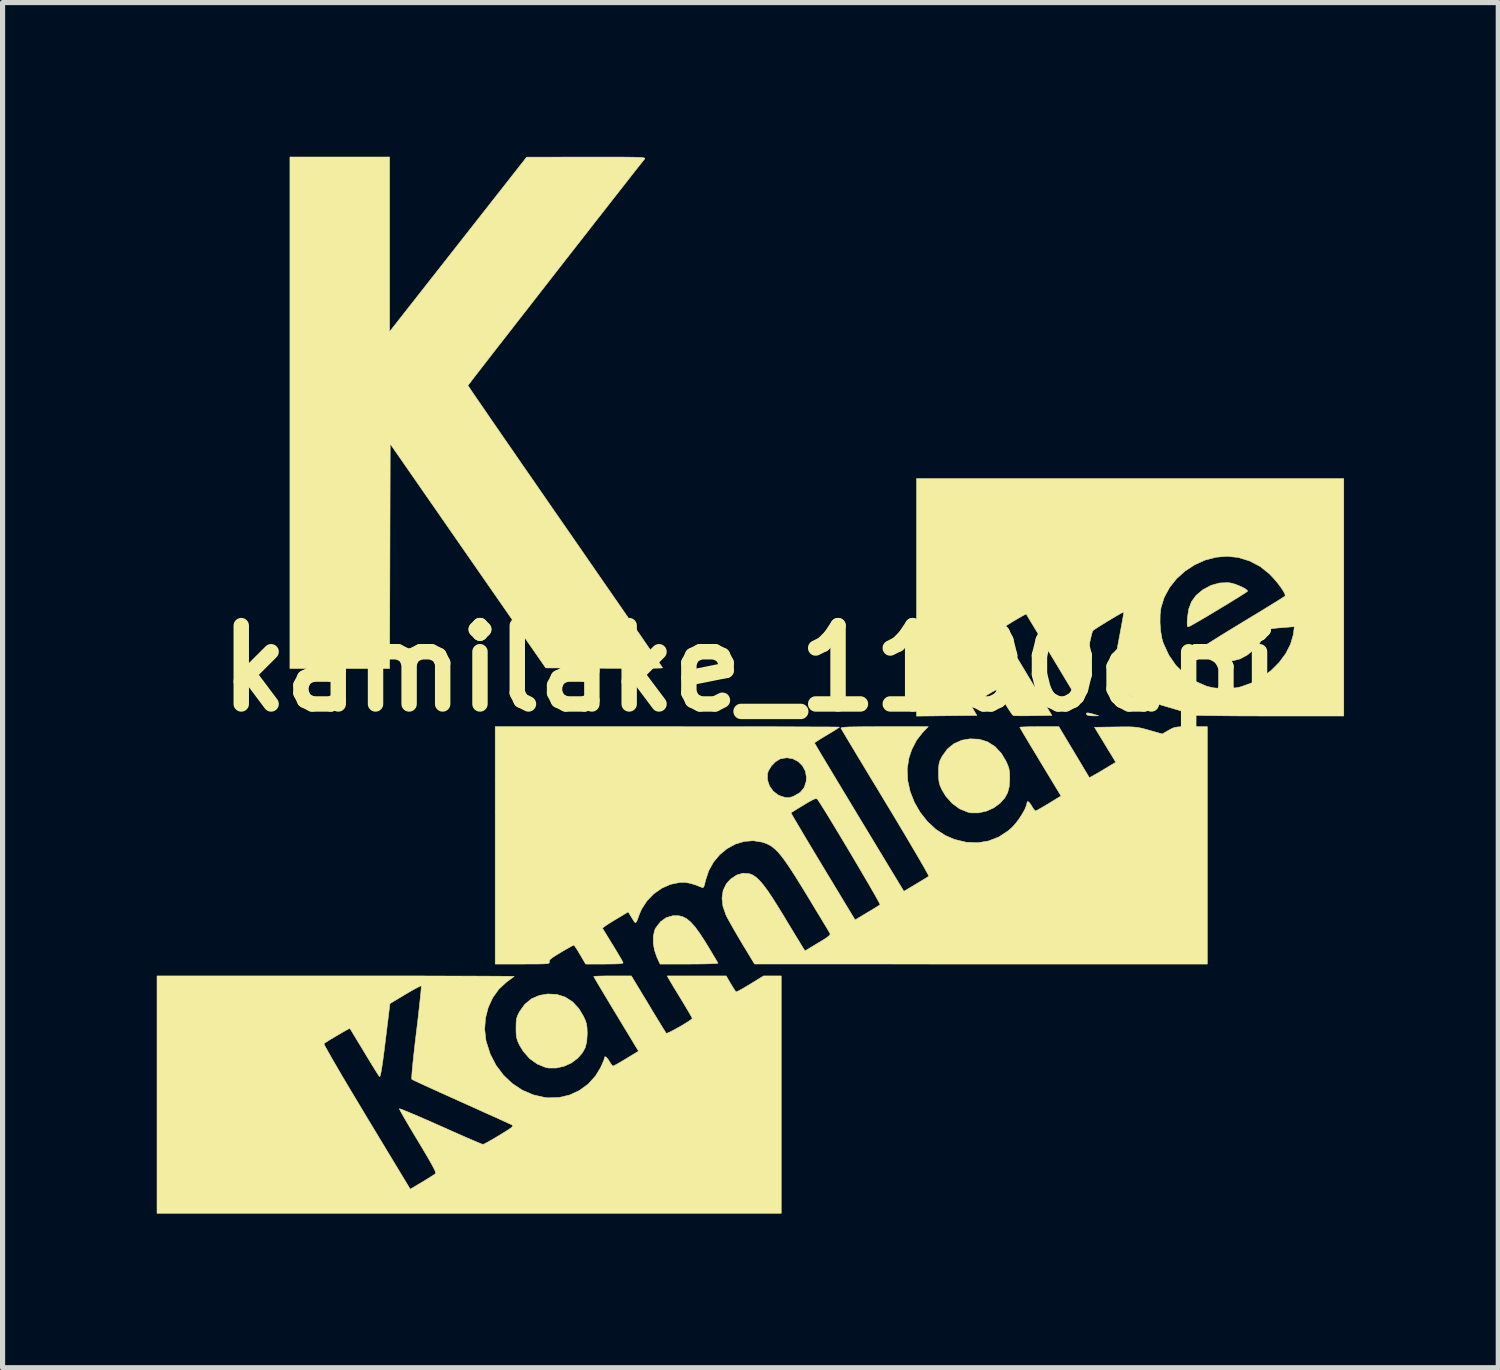
<source format=kicad_pcb>
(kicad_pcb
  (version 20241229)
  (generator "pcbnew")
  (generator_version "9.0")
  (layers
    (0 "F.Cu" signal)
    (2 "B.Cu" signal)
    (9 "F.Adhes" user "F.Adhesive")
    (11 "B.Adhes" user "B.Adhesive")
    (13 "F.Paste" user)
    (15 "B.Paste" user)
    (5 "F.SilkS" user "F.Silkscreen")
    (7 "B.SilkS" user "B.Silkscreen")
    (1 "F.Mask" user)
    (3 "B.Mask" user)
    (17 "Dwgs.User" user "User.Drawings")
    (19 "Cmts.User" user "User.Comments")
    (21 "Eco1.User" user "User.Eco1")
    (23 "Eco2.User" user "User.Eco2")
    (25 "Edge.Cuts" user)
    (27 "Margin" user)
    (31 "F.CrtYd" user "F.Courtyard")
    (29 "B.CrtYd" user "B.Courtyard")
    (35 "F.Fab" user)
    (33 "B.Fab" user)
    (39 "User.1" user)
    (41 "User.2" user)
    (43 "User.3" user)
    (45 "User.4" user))
  (footprint "kamilake_1100dpi"
    (layer "F.Cu")
    (at 11.55 9.957)
    (property "Reference" "kamilake_1100dpi" (at 0 0 0) (layer "F.SilkS") (effects (font (size 1.524 1.524) (thickness 0.3))))
    (attr through_hole)
    (fp_poly (pts (xy 6.628 0.875) (xy 6.665 0.886) (xy 6.777 0.92) (xy 6.669 0.922) (xy 6.602 0.918) (xy 6.555 0.906) (xy 6.545 0.899) (xy 6.537 0.87) (xy 6.564 0.863) (xy 6.628 0.875)) (stroke (width 0.01) (type solid)) (fill yes) (layer "F.SilkS"))
    (fp_poly (pts (xy -1.403 4.808) (xy -1.321 4.827) (xy -1.243 4.867) (xy -1.163 4.932) (xy -1.078 5.027) (xy -0.985 5.154) (xy -0.879 5.317) (xy -0.793 5.458) (xy -0.735 5.556) (xy -0.685 5.639) (xy -0.649 5.7) (xy -0.631 5.731) (xy -0.63 5.732) (xy -0.649 5.737) (xy -0.709 5.741) (xy -0.802 5.745) (xy -0.924 5.748) (xy -1.067 5.749) (xy -1.189 5.75) (xy -1.757 5.75) (xy -1.819 5.617) (xy -1.866 5.482) (xy -1.89 5.34) (xy -1.888 5.205) (xy -1.862 5.089) (xy -1.842 5.048) (xy -1.749 4.927) (xy -1.637 4.847) (xy -1.506 4.809) (xy -1.491 4.808) (xy -1.403 4.808)) (stroke (width 0.01) (type solid)) (fill yes) (layer "F.SilkS"))
    (fp_poly (pts (xy 9.343 -1.664) (xy 9.42 -1.644) (xy 9.502 -1.613) (xy 9.58 -1.578) (xy 9.64 -1.543) (xy 9.672 -1.513) (xy 9.674 -1.506) (xy 9.655 -1.49) (xy 9.602 -1.455) (xy 9.522 -1.404) (xy 9.419 -1.341) (xy 9.302 -1.268) (xy 9.174 -1.191) (xy 9.043 -1.112) (xy 8.915 -1.035) (xy 8.795 -0.964) (xy 8.689 -0.903) (xy 8.605 -0.854) (xy 8.547 -0.823) (xy 8.523 -0.812) (xy 8.507 -0.815) (xy 8.499 -0.842) (xy 8.498 -0.899) (xy 8.503 -0.987) (xy 8.529 -1.159) (xy 8.583 -1.301) (xy 8.67 -1.421) (xy 8.796 -1.527) (xy 8.808 -1.535) (xy 8.962 -1.618) (xy 9.126 -1.664) (xy 9.289 -1.671) (xy 9.343 -1.664)) (stroke (width 0.01) (type solid)) (fill yes) (layer "F.SilkS"))
    (fp_poly (pts (xy -3.767 6.341) (xy -3.605 6.392) (xy -3.461 6.484) (xy -3.338 6.616) (xy -3.251 6.761) (xy -3.212 6.844) (xy -3.189 6.913) (xy -3.179 6.986) (xy -3.175 7.081) (xy -3.175 7.112) (xy -3.184 7.26) (xy -3.214 7.378) (xy -3.271 7.48) (xy -3.359 7.58) (xy -3.361 7.582) (xy -3.483 7.674) (xy -3.627 7.739) (xy -3.78 7.773) (xy -3.928 7.772) (xy -3.983 7.762) (xy -4.147 7.695) (xy -4.295 7.589) (xy -4.42 7.447) (xy -4.493 7.326) (xy -4.528 7.251) (xy -4.548 7.184) (xy -4.558 7.108) (xy -4.56 7.005) (xy -4.56 6.997) (xy -4.558 6.894) (xy -4.551 6.82) (xy -4.533 6.76) (xy -4.502 6.696) (xy -4.492 6.677) (xy -4.389 6.533) (xy -4.26 6.427) (xy -4.106 6.36) (xy -3.946 6.332) (xy -3.767 6.341)) (stroke (width 0.01) (type solid)) (fill yes) (layer "F.SilkS"))
    (fp_poly (pts (xy 4.453 1.376) (xy 4.615 1.427) (xy 4.759 1.519) (xy 4.882 1.651) (xy 4.97 1.796) (xy 5.008 1.88) (xy 5.031 1.949) (xy 5.042 2.021) (xy 5.045 2.117) (xy 5.045 2.147) (xy 5.036 2.295) (xy 5.006 2.413) (xy 4.95 2.516) (xy 4.861 2.616) (xy 4.859 2.618) (xy 4.737 2.709) (xy 4.593 2.774) (xy 4.44 2.808) (xy 4.293 2.808) (xy 4.237 2.797) (xy 4.073 2.731) (xy 3.926 2.624) (xy 3.801 2.483) (xy 3.727 2.361) (xy 3.693 2.286) (xy 3.673 2.22) (xy 3.663 2.144) (xy 3.66 2.041) (xy 3.66 2.032) (xy 3.662 1.929) (xy 3.67 1.856) (xy 3.687 1.795) (xy 3.718 1.731) (xy 3.728 1.713) (xy 3.831 1.568) (xy 3.96 1.463) (xy 4.114 1.395) (xy 4.275 1.368) (xy 4.453 1.376)) (stroke (width 0.01) (type solid)) (fill yes) (layer "F.SilkS"))
    (fp_poly (pts (xy -7.02 -6.554) (xy -4.353 -9.95) (xy -3.189 -9.951) (xy -2.927 -9.951) (xy -2.708 -9.951) (xy -2.528 -9.951) (xy -2.383 -9.95) (xy -2.27 -9.948) (xy -2.185 -9.946) (xy -2.125 -9.943) (xy -2.085 -9.938) (xy -2.063 -9.933) (xy -2.054 -9.926) (xy -2.055 -9.918) (xy -2.06 -9.912) (xy -2.084 -9.882) (xy -2.134 -9.819) (xy -2.207 -9.726) (xy -2.302 -9.606) (xy -2.415 -9.461) (xy -2.546 -9.294) (xy -2.692 -9.108) (xy -2.85 -8.905) (xy -3.02 -8.689) (xy -3.197 -8.461) (xy -3.382 -8.225) (xy -3.571 -7.983) (xy -3.762 -7.738) (xy -3.953 -7.493) (xy -4.142 -7.25) (xy -4.327 -7.012) (xy -4.507 -6.782) (xy -4.677 -6.563) (xy -4.838 -6.357) (xy -4.986 -6.167) (xy -5.119 -5.995) (xy -5.235 -5.845) (xy -5.333 -5.719) (xy -5.41 -5.619) (xy -5.463 -5.549) (xy -5.492 -5.512) (xy -5.496 -5.506) (xy -5.483 -5.486) (xy -5.445 -5.43) (xy -5.384 -5.34) (xy -5.301 -5.219) (xy -5.197 -5.068) (xy -5.075 -4.89) (xy -4.935 -4.687) (xy -4.779 -4.46) (xy -4.608 -4.213) (xy -4.425 -3.947) (xy -4.229 -3.665) (xy -4.024 -3.368) (xy -3.81 -3.058) (xy -3.602 -2.759) (xy -3.381 -2.44) (xy -3.168 -2.131) (xy -2.963 -1.835) (xy -2.768 -1.553) (xy -2.585 -1.289) (xy -2.415 -1.043) (xy -2.26 -0.818) (xy -2.121 -0.616) (xy -2 -0.44) (xy -1.898 -0.291) (xy -1.816 -0.172) (xy -1.756 -0.084) (xy -1.72 -0.03) (xy -1.709 -0.012) (xy -1.731 -0.01) (xy -1.795 -0.008) (xy -1.897 -0.006) (xy -2.031 -0.005) (xy -2.194 -0.004) (xy -2.381 -0.004) (xy -2.588 -0.005) (xy -2.811 -0.005) (xy -2.846 -0.006) (xy -3.982 -0.012) (xy -5.495 -2.191) (xy -7.008 -4.371) (xy -7.02 0) (xy -8.959 0) (xy -8.959 -9.952) (xy -7.02 -9.952) (xy -7.02 -6.554)) (stroke (width 0.01) (type solid)) (fill yes) (layer "F.SilkS"))
    (fp_poly (pts (xy 11.545 0.924) (xy 10.079 0.924) (xy 9.824 0.923) (xy 9.582 0.923) (xy 9.359 0.921) (xy 9.157 0.919) (xy 8.982 0.917) (xy 8.836 0.915) (xy 8.723 0.912) (xy 8.648 0.909) (xy 8.614 0.906) (xy 8.613 0.905) (xy 8.591 0.895) (xy 8.531 0.874) (xy 8.435 0.843) (xy 8.31 0.804) (xy 8.16 0.76) (xy 7.99 0.71) (xy 7.805 0.657) (xy 7.805 0.657) (xy 7.586 0.594) (xy 7.407 0.542) (xy 7.267 0.5) (xy 7.16 0.466) (xy 7.083 0.439) (xy 7.032 0.418) (xy 7.005 0.402) (xy 6.997 0.389) (xy 7.001 0.358) (xy 7.013 0.287) (xy 7.031 0.182) (xy 7.055 0.049) (xy 7.084 -0.106) (xy 7.116 -0.277) (xy 7.134 -0.372) (xy 7.167 -0.548) (xy 7.197 -0.709) (xy 7.223 -0.85) (xy 7.231 -0.891) (xy 7.97 -0.891) (xy 7.982 -0.73) (xy 8.007 -0.582) (xy 8.032 -0.498) (xy 8.139 -0.264) (xy 8.279 -0.061) (xy 8.451 0.11) (xy 8.651 0.246) (xy 8.878 0.345) (xy 8.89 0.349) (xy 9.012 0.376) (xy 9.16 0.389) (xy 9.316 0.388) (xy 9.461 0.374) (xy 9.535 0.358) (xy 9.749 0.282) (xy 9.949 0.174) (xy 10.131 0.039) (xy 10.288 -0.118) (xy 10.416 -0.291) (xy 10.51 -0.474) (xy 10.564 -0.663) (xy 10.569 -0.702) (xy 10.583 -0.815) (xy 10.378 -0.798) (xy 10.25 -0.788) (xy 10.159 -0.777) (xy 10.097 -0.763) (xy 10.056 -0.741) (xy 10.027 -0.708) (xy 10.001 -0.66) (xy 9.983 -0.62) (xy 9.904 -0.488) (xy 9.793 -0.364) (xy 9.663 -0.26) (xy 9.529 -0.188) (xy 9.525 -0.187) (xy 9.391 -0.152) (xy 9.247 -0.139) (xy 9.109 -0.149) (xy 8.995 -0.181) (xy 8.994 -0.182) (xy 8.918 -0.223) (xy 8.846 -0.273) (xy 8.788 -0.323) (xy 8.755 -0.364) (xy 8.752 -0.377) (xy 8.771 -0.395) (xy 8.826 -0.433) (xy 8.912 -0.49) (xy 9.026 -0.562) (xy 9.162 -0.647) (xy 9.318 -0.743) (xy 9.489 -0.847) (xy 9.572 -0.898) (xy 9.749 -1.005) (xy 9.913 -1.104) (xy 10.06 -1.195) (xy 10.187 -1.273) (xy 10.289 -1.336) (xy 10.361 -1.382) (xy 10.4 -1.408) (xy 10.405 -1.413) (xy 10.401 -1.446) (xy 10.371 -1.504) (xy 10.321 -1.58) (xy 10.256 -1.666) (xy 10.182 -1.753) (xy 10.105 -1.834) (xy 10.104 -1.836) (xy 9.921 -1.984) (xy 9.713 -2.093) (xy 9.49 -2.161) (xy 9.274 -2.184) (xy 9.057 -2.165) (xy 8.845 -2.109) (xy 8.643 -2.018) (xy 8.457 -1.896) (xy 8.292 -1.748) (xy 8.156 -1.577) (xy 8.052 -1.386) (xy 7.989 -1.185) (xy 7.972 -1.049) (xy 7.97 -0.891) (xy 7.231 -0.891) (xy 7.244 -0.964) (xy 7.258 -1.047) (xy 7.265 -1.093) (xy 7.266 -1.101) (xy 7.245 -1.092) (xy 7.193 -1.064) (xy 7.118 -1.021) (xy 7.03 -0.969) (xy 6.936 -0.912) (xy 6.844 -0.855) (xy 6.762 -0.804) (xy 6.7 -0.764) (xy 6.665 -0.738) (xy 6.662 -0.735) (xy 6.65 -0.705) (xy 6.632 -0.636) (xy 6.608 -0.533) (xy 6.58 -0.403) (xy 6.55 -0.252) (xy 6.518 -0.086) (xy 6.512 -0.058) (xy 6.481 0.109) (xy 6.452 0.26) (xy 6.427 0.391) (xy 6.406 0.494) (xy 6.391 0.565) (xy 6.383 0.597) (xy 6.382 0.598) (xy 6.38 0.602) (xy 6.378 0.605) (xy 6.374 0.604) (xy 6.366 0.594) (xy 6.352 0.574) (xy 6.33 0.539) (xy 6.297 0.486) (xy 6.252 0.411) (xy 6.192 0.312) (xy 6.115 0.184) (xy 6.019 0.024) (xy 5.902 -0.171) (xy 5.865 -0.231) (xy 5.76 -0.407) (xy 5.661 -0.571) (xy 5.573 -0.717) (xy 5.497 -0.843) (xy 5.436 -0.944) (xy 5.393 -1.016) (xy 5.37 -1.054) (xy 5.367 -1.059) (xy 5.346 -1.051) (xy 5.293 -1.023) (xy 5.216 -0.979) (xy 5.124 -0.925) (xy 5.115 -0.92) (xy 4.998 -0.847) (xy 4.921 -0.792) (xy 4.883 -0.754) (xy 4.879 -0.739) (xy 4.893 -0.712) (xy 4.928 -0.65) (xy 4.982 -0.558) (xy 5.052 -0.439) (xy 5.136 -0.298) (xy 5.231 -0.14) (xy 5.334 0.032) (xy 5.377 0.104) (xy 5.866 0.912) (xy 5.503 0.918) (xy 5.377 0.92) (xy 5.266 0.92) (xy 5.18 0.919) (xy 5.126 0.917) (xy 5.114 0.915) (xy 5.092 0.892) (xy 5.054 0.837) (xy 5.003 0.759) (xy 4.945 0.664) (xy 4.943 0.66) (xy 4.886 0.567) (xy 4.838 0.49) (xy 4.803 0.437) (xy 4.785 0.416) (xy 4.785 0.416) (xy 4.759 0.427) (xy 4.705 0.456) (xy 4.631 0.499) (xy 4.547 0.549) (xy 4.462 0.6) (xy 4.386 0.647) (xy 4.328 0.685) (xy 4.297 0.707) (xy 4.295 0.71) (xy 4.306 0.736) (xy 4.333 0.787) (xy 4.35 0.818) (xy 4.406 0.913) (xy 3.819 0.919) (xy 3.233 0.926) (xy 3.233 -3.695) (xy 11.545 -3.695) (xy 11.545 0.924)) (stroke (width 0.01) (type solid)) (fill yes) (layer "F.SilkS"))
    (fp_poly (pts (xy -7.67 5.981) (xy -7.286 5.981) (xy -6.917 5.981) (xy -6.567 5.981) (xy -6.237 5.982) (xy -5.929 5.983) (xy -5.648 5.983) (xy -5.394 5.984) (xy -5.17 5.985) (xy -4.98 5.986) (xy -4.825 5.987) (xy -4.708 5.988) (xy -4.632 5.989) (xy -4.598 5.99) (xy -4.597 5.99) (xy -4.619 6.007) (xy -4.668 6.044) (xy -4.735 6.094) (xy -4.747 6.102) (xy -4.895 6.239) (xy -5.015 6.407) (xy -5.102 6.597) (xy -5.154 6.803) (xy -5.17 7.017) (xy -5.146 7.233) (xy -5.139 7.262) (xy -5.062 7.502) (xy -4.949 7.72) (xy -4.805 7.911) (xy -4.635 8.073) (xy -4.441 8.202) (xy -4.228 8.294) (xy -4 8.346) (xy -3.936 8.353) (xy -3.722 8.346) (xy -3.517 8.298) (xy -3.327 8.21) (xy -3.157 8.086) (xy -3.015 7.929) (xy -2.922 7.777) (xy -2.883 7.696) (xy -2.854 7.628) (xy -2.841 7.586) (xy -2.84 7.582) (xy -2.831 7.552) (xy -2.805 7.561) (xy -2.768 7.605) (xy -2.745 7.643) (xy -2.71 7.698) (xy -2.681 7.731) (xy -2.673 7.735) (xy -2.647 7.724) (xy -2.589 7.693) (xy -2.51 7.647) (xy -2.416 7.591) (xy -2.415 7.59) (xy -2.176 7.445) (xy -2.612 6.724) (xy -2.712 6.559) (xy -2.803 6.407) (xy -2.884 6.272) (xy -2.952 6.158) (xy -3.003 6.071) (xy -3.036 6.014) (xy -3.048 5.992) (xy -3.048 5.992) (xy -3.026 5.988) (xy -2.966 5.985) (xy -2.875 5.982) (xy -2.761 5.981) (xy -2.682 5.981) (xy -2.316 5.981) (xy -1.985 6.529) (xy -1.899 6.673) (xy -1.819 6.804) (xy -1.75 6.917) (xy -1.695 7.007) (xy -1.656 7.069) (xy -1.638 7.097) (xy -1.638 7.097) (xy -1.614 7.093) (xy -1.56 7.069) (xy -1.486 7.031) (xy -1.401 6.984) (xy -1.314 6.934) (xy -1.235 6.885) (xy -1.173 6.844) (xy -1.137 6.815) (xy -1.131 6.806) (xy -1.143 6.782) (xy -1.175 6.725) (xy -1.223 6.642) (xy -1.285 6.539) (xy -1.347 6.436) (xy -1.419 6.318) (xy -1.484 6.212) (xy -1.537 6.123) (xy -1.575 6.06) (xy -1.591 6.032) (xy -1.618 5.981) (xy -0.471 5.981) (xy -0.384 6.131) (xy -0.339 6.204) (xy -0.303 6.261) (xy -0.281 6.289) (xy -0.28 6.291) (xy -0.255 6.283) (xy -0.199 6.255) (xy -0.12 6.21) (xy -0.025 6.154) (xy -0.004 6.141) (xy 0.256 5.981) (xy 0.6 5.981) (xy 0.6 10.599) (xy -11.545 10.599) (xy -11.545 7.298) (xy -8.298 7.298) (xy -8.29 7.32) (xy -8.259 7.379) (xy -8.208 7.47) (xy -8.139 7.592) (xy -8.053 7.74) (xy -7.953 7.912) (xy -7.839 8.104) (xy -7.714 8.313) (xy -7.58 8.536) (xy -7.468 8.723) (xy -6.618 10.13) (xy -6.386 9.992) (xy -6.292 9.935) (xy -6.211 9.884) (xy -6.152 9.846) (xy -6.126 9.828) (xy -6.124 9.81) (xy -6.135 9.774) (xy -6.164 9.714) (xy -6.21 9.629) (xy -6.276 9.514) (xy -6.363 9.366) (xy -6.467 9.192) (xy -6.559 9.041) (xy -6.641 8.902) (xy -6.712 8.781) (xy -6.769 8.682) (xy -6.809 8.61) (xy -6.828 8.571) (xy -6.83 8.565) (xy -6.808 8.57) (xy -6.749 8.592) (xy -6.657 8.63) (xy -6.537 8.68) (xy -6.393 8.742) (xy -6.23 8.813) (xy -6.053 8.892) (xy -6.027 8.903) (xy -5.848 8.983) (xy -5.681 9.057) (xy -5.531 9.123) (xy -5.404 9.178) (xy -5.304 9.22) (xy -5.236 9.248) (xy -5.205 9.259) (xy -5.204 9.259) (xy -5.175 9.248) (xy -5.115 9.216) (xy -5.031 9.169) (xy -4.931 9.11) (xy -4.884 9.082) (xy -4.772 9.013) (xy -4.695 8.964) (xy -4.648 8.93) (xy -4.626 8.907) (xy -4.625 8.892) (xy -4.639 8.88) (xy -4.646 8.876) (xy -4.678 8.861) (xy -4.747 8.829) (xy -4.849 8.783) (xy -4.98 8.723) (xy -5.135 8.654) (xy -5.309 8.575) (xy -5.498 8.49) (xy -5.634 8.429) (xy -5.829 8.341) (xy -6.011 8.259) (xy -6.176 8.184) (xy -6.319 8.119) (xy -6.436 8.065) (xy -6.523 8.024) (xy -6.575 7.998) (xy -6.588 7.991) (xy -6.59 7.964) (xy -6.586 7.897) (xy -6.578 7.795) (xy -6.565 7.661) (xy -6.548 7.502) (xy -6.528 7.322) (xy -6.505 7.127) (xy -6.499 7.079) (xy -6.475 6.881) (xy -6.454 6.698) (xy -6.436 6.534) (xy -6.421 6.395) (xy -6.41 6.286) (xy -6.404 6.211) (xy -6.403 6.176) (xy -6.403 6.174) (xy -6.426 6.18) (xy -6.482 6.208) (xy -6.562 6.251) (xy -6.66 6.308) (xy -6.715 6.34) (xy -7.013 6.519) (xy -7.102 7.243) (xy -7.128 7.452) (xy -7.15 7.619) (xy -7.169 7.747) (xy -7.184 7.84) (xy -7.197 7.9) (xy -7.207 7.932) (xy -7.217 7.939) (xy -7.218 7.937) (xy -7.238 7.91) (xy -7.277 7.849) (xy -7.332 7.76) (xy -7.4 7.65) (xy -7.476 7.525) (xy -7.516 7.458) (xy -7.594 7.329) (xy -7.664 7.214) (xy -7.722 7.118) (xy -7.764 7.047) (xy -7.789 7.008) (xy -7.793 7.001) (xy -7.813 7.01) (xy -7.864 7.037) (xy -7.936 7.078) (xy -8.02 7.127) (xy -8.106 7.178) (xy -8.187 7.226) (xy -8.251 7.267) (xy -8.292 7.293) (xy -8.298 7.298) (xy -11.545 7.298) (xy -11.545 5.981) (xy -8.066 5.981) (xy -7.67 5.981)) (stroke (width 0.01) (type solid)) (fill yes) (layer "F.SilkS"))
    (fp_poly (pts (xy -1.227 1.132) (xy -0.851 1.132) (xy -0.49 1.132) (xy -0.146 1.132) (xy 0.176 1.133) (xy 0.476 1.133) (xy 0.749 1.134) (xy 0.995 1.135) (xy 1.21 1.136) (xy 1.391 1.137) (xy 1.537 1.137) (xy 1.644 1.138) (xy 1.71 1.139) (xy 1.732 1.141) (xy 1.713 1.155) (xy 1.662 1.188) (xy 1.587 1.235) (xy 1.494 1.29) (xy 1.489 1.293) (xy 1.396 1.349) (xy 1.32 1.397) (xy 1.267 1.431) (xy 1.247 1.447) (xy 1.247 1.448) (xy 1.259 1.469) (xy 1.292 1.526) (xy 1.346 1.617) (xy 1.418 1.738) (xy 1.507 1.886) (xy 1.61 2.057) (xy 1.726 2.25) (xy 1.852 2.459) (xy 1.988 2.684) (xy 2.116 2.897) (xy 2.986 4.335) (xy 3.219 4.196) (xy 3.312 4.14) (xy 3.391 4.092) (xy 3.447 4.057) (xy 3.471 4.041) (xy 3.462 4.019) (xy 3.431 3.961) (xy 3.38 3.869) (xy 3.31 3.748) (xy 3.224 3.6) (xy 3.123 3.429) (xy 3.009 3.236) (xy 2.884 3.027) (xy 2.75 2.803) (xy 2.631 2.607) (xy 2.49 2.373) (xy 2.355 2.151) (xy 2.23 1.943) (xy 2.115 1.753) (xy 2.013 1.583) (xy 1.926 1.438) (xy 1.855 1.319) (xy 1.803 1.232) (xy 1.771 1.177) (xy 1.761 1.16) (xy 1.767 1.153) (xy 1.794 1.146) (xy 1.846 1.141) (xy 1.925 1.137) (xy 2.036 1.135) (xy 2.183 1.133) (xy 2.368 1.132) (xy 2.596 1.131) (xy 3.461 1.131) (xy 3.352 1.243) (xy 3.233 1.395) (xy 3.138 1.58) (xy 3.083 1.746) (xy 3.051 1.958) (xy 3.06 2.175) (xy 3.107 2.391) (xy 3.189 2.601) (xy 3.302 2.797) (xy 3.442 2.975) (xy 3.607 3.128) (xy 3.793 3.249) (xy 3.972 3.326) (xy 4.201 3.38) (xy 4.423 3.39) (xy 4.634 3.355) (xy 4.834 3.277) (xy 5.019 3.155) (xy 5.08 3.102) (xy 5.15 3.027) (xy 5.221 2.935) (xy 5.286 2.836) (xy 5.339 2.741) (xy 5.372 2.661) (xy 5.38 2.618) (xy 5.39 2.588) (xy 5.415 2.596) (xy 5.452 2.64) (xy 5.475 2.679) (xy 5.51 2.734) (xy 5.539 2.767) (xy 5.547 2.771) (xy 5.574 2.76) (xy 5.631 2.728) (xy 5.711 2.682) (xy 5.805 2.626) (xy 5.806 2.625) (xy 6.044 2.48) (xy 5.643 1.817) (xy 5.548 1.659) (xy 5.46 1.514) (xy 5.384 1.386) (xy 5.321 1.281) (xy 5.275 1.202) (xy 5.248 1.155) (xy 5.242 1.143) (xy 5.263 1.139) (xy 5.324 1.136) (xy 5.415 1.133) (xy 5.53 1.132) (xy 5.621 1.131) (xy 6.001 1.131) (xy 6.295 1.622) (xy 6.376 1.757) (xy 6.449 1.879) (xy 6.51 1.982) (xy 6.557 2.06) (xy 6.586 2.108) (xy 6.595 2.121) (xy 6.616 2.113) (xy 6.668 2.085) (xy 6.745 2.041) (xy 6.839 1.986) (xy 6.855 1.976) (xy 7.109 1.823) (xy 6.695 1.143) (xy 7.103 1.137) (xy 7.251 1.135) (xy 7.364 1.135) (xy 7.452 1.138) (xy 7.525 1.145) (xy 7.594 1.158) (xy 7.67 1.176) (xy 7.762 1.202) (xy 8.013 1.273) (xy 8.137 1.202) (xy 8.188 1.174) (xy 8.232 1.154) (xy 8.279 1.142) (xy 8.339 1.135) (xy 8.423 1.132) (xy 8.54 1.131) (xy 8.575 1.131) (xy 8.89 1.131) (xy 8.89 5.75) (xy 4.485 5.75) (xy 0.081 5.749) (xy -0.167 5.34) (xy -0.246 5.206) (xy -0.322 5.076) (xy -0.388 4.959) (xy -0.441 4.863) (xy -0.475 4.796) (xy -0.477 4.791) (xy -0.535 4.623) (xy -0.552 4.463) (xy -0.53 4.317) (xy -0.468 4.189) (xy -0.386 4.099) (xy -0.264 4.017) (xy -0.141 3.982) (xy -0.019 3.993) (xy -0.012 3.995) (xy 0.048 4.02) (xy 0.11 4.061) (xy 0.177 4.123) (xy 0.251 4.209) (xy 0.335 4.322) (xy 0.432 4.467) (xy 0.545 4.646) (xy 0.634 4.791) (xy 0.722 4.937) (xy 0.805 5.074) (xy 0.879 5.196) (xy 0.941 5.297) (xy 0.985 5.371) (xy 1.008 5.408) (xy 1.062 5.494) (xy 1.315 5.342) (xy 1.422 5.277) (xy 1.493 5.23) (xy 1.534 5.196) (xy 1.551 5.172) (xy 1.548 5.152) (xy 1.531 5.124) (xy 1.494 5.061) (xy 1.438 4.969) (xy 1.368 4.852) (xy 1.285 4.716) (xy 1.194 4.565) (xy 1.138 4.472) (xy 0.997 4.241) (xy 0.876 4.047) (xy 0.772 3.886) (xy 0.682 3.754) (xy 0.604 3.649) (xy 0.533 3.566) (xy 0.468 3.503) (xy 0.406 3.455) (xy 0.343 3.42) (xy 0.276 3.393) (xy 0.234 3.379) (xy 0.056 3.35) (xy -0.121 3.364) (xy -0.292 3.416) (xy -0.452 3.503) (xy -0.596 3.621) (xy -0.718 3.767) (xy -0.812 3.936) (xy -0.874 4.126) (xy -0.877 4.141) (xy -0.895 4.216) (xy -0.911 4.254) (xy -0.932 4.263) (xy -0.943 4.259) (xy -1.074 4.208) (xy -1.178 4.177) (xy -1.268 4.162) (xy -1.356 4.161) (xy -1.377 4.163) (xy -1.554 4.199) (xy -1.724 4.274) (xy -1.879 4.383) (xy -2.013 4.52) (xy -2.115 4.677) (xy -2.156 4.77) (xy -2.191 4.867) (xy -2.214 4.924) (xy -2.233 4.945) (xy -2.253 4.934) (xy -2.28 4.893) (xy -2.304 4.854) (xy -2.377 4.735) (xy -2.631 4.887) (xy -2.726 4.945) (xy -2.803 4.995) (xy -2.856 5.033) (xy -2.877 5.053) (xy -2.877 5.054) (xy -2.863 5.078) (xy -2.829 5.134) (xy -2.779 5.215) (xy -2.718 5.314) (xy -2.679 5.378) (xy -2.613 5.486) (xy -2.556 5.582) (xy -2.511 5.658) (xy -2.484 5.706) (xy -2.478 5.719) (xy -2.481 5.731) (xy -2.506 5.739) (xy -2.557 5.745) (xy -2.64 5.748) (xy -2.762 5.749) (xy -2.836 5.75) (xy -3.205 5.75) (xy -3.314 5.565) (xy -3.362 5.484) (xy -3.403 5.422) (xy -3.429 5.386) (xy -3.435 5.38) (xy -3.459 5.391) (xy -3.515 5.422) (xy -3.593 5.466) (xy -3.687 5.521) (xy -3.688 5.522) (xy -3.791 5.584) (xy -3.86 5.63) (xy -3.899 5.663) (xy -3.914 5.689) (xy -3.913 5.706) (xy -3.911 5.72) (xy -3.917 5.731) (xy -3.937 5.738) (xy -3.977 5.744) (xy -4.041 5.747) (xy -4.136 5.749) (xy -4.267 5.749) (xy -4.432 5.75) (xy -4.965 5.75) (xy -4.965 2.807) (xy 0.789 2.807) (xy 0.799 2.827) (xy 0.831 2.883) (xy 0.883 2.972) (xy 0.952 3.088) (xy 1.036 3.23) (xy 1.133 3.393) (xy 1.241 3.573) (xy 1.358 3.767) (xy 1.409 3.852) (xy 2.037 4.891) (xy 2.271 4.751) (xy 2.365 4.695) (xy 2.444 4.646) (xy 2.5 4.611) (xy 2.524 4.595) (xy 2.515 4.573) (xy 2.485 4.517) (xy 2.437 4.43) (xy 2.372 4.317) (xy 2.295 4.183) (xy 2.206 4.032) (xy 2.11 3.868) (xy 2.009 3.697) (xy 1.905 3.522) (xy 1.801 3.349) (xy 1.7 3.181) (xy 1.605 3.023) (xy 1.518 2.88) (xy 1.442 2.757) (xy 1.379 2.657) (xy 1.333 2.585) (xy 1.306 2.546) (xy 1.303 2.543) (xy 1.285 2.532) (xy 1.255 2.535) (xy 1.208 2.556) (xy 1.136 2.595) (xy 1.035 2.656) (xy 0.942 2.712) (xy 0.865 2.76) (xy 0.812 2.793) (xy 0.789 2.807) (xy 0.789 2.807) (xy -4.965 2.807) (xy -4.965 2.167) (xy 0.332 2.167) (xy 0.371 2.284) (xy 0.442 2.385) (xy 0.54 2.461) (xy 0.589 2.482) (xy 0.675 2.508) (xy 0.742 2.513) (xy 0.81 2.497) (xy 0.848 2.481) (xy 0.966 2.413) (xy 1.044 2.321) (xy 1.084 2.203) (xy 1.091 2.12) (xy 1.07 1.998) (xy 1.014 1.893) (xy 0.93 1.81) (xy 0.826 1.756) (xy 0.711 1.736) (xy 0.592 1.755) (xy 0.57 1.763) (xy 0.486 1.816) (xy 0.409 1.896) (xy 0.353 1.986) (xy 0.333 2.045) (xy 0.332 2.167) (xy -4.965 2.167) (xy -4.965 1.131) (xy -1.616 1.131) (xy -1.227 1.132)) (stroke (width 0.01) (type solid)) (fill yes) (layer "F.SilkS")))
  (gr_rect
    (start -3 -3)
    (end 26.101 23.561)
    (stroke (width 0.1) (type default))
    (fill no)
    (layer "Edge.Cuts")))
</source>
